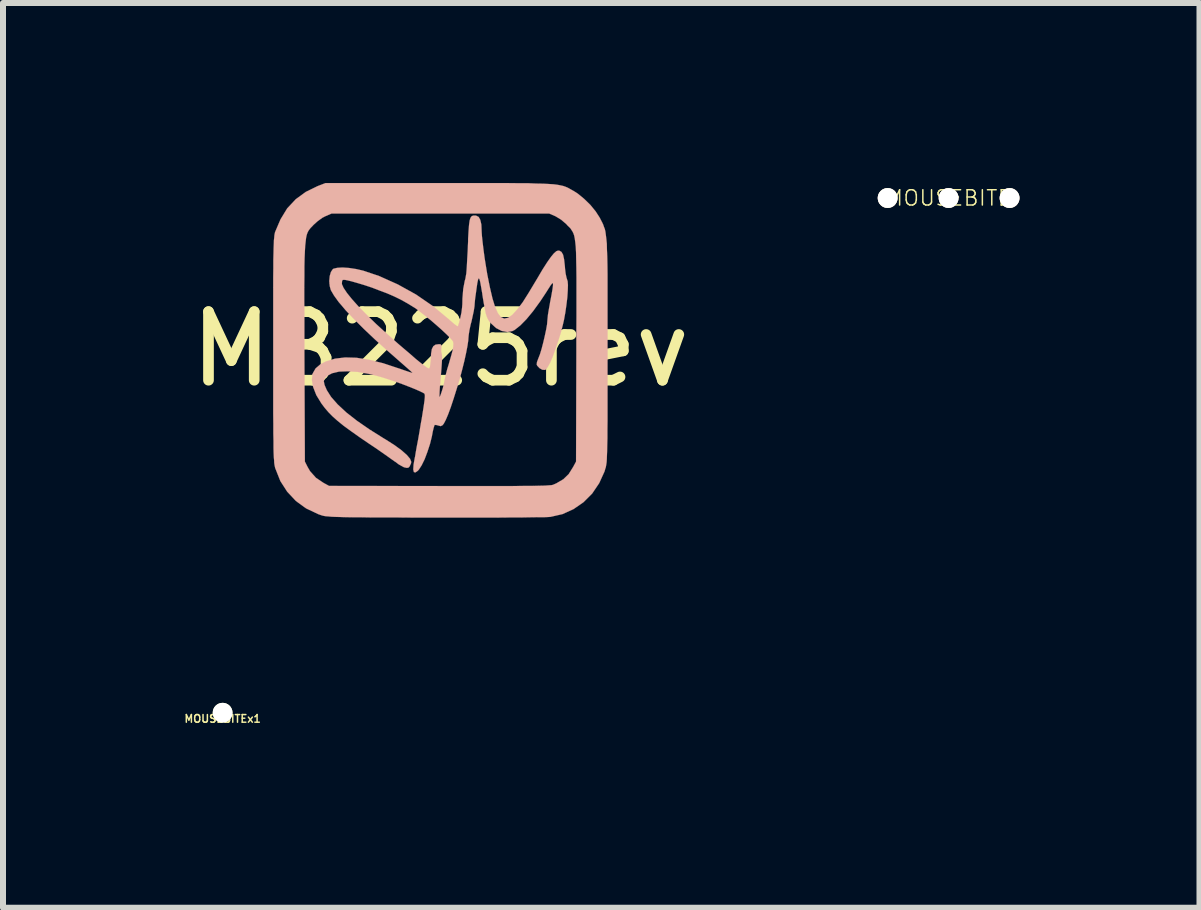
<source format=kicad_pcb>
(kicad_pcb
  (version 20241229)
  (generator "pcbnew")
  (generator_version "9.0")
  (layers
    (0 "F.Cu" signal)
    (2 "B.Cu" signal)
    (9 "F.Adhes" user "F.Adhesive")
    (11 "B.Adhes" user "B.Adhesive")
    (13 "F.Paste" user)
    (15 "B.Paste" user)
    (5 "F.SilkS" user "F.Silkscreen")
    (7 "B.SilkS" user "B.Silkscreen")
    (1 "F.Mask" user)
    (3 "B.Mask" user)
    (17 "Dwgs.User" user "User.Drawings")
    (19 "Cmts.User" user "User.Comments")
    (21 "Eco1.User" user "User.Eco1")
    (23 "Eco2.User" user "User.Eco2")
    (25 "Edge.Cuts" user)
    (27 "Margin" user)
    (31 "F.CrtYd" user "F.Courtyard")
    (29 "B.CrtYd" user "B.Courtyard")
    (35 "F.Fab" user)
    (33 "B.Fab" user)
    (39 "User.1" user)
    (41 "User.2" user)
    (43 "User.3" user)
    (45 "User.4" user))
  (footprint "MOUSEBITE"
    (layer "F.Cu")
    (at 12.759 0.25)
    (property "Reference" "MOUSEBITE" (at 0 0 0) (layer "F.SilkS") (effects (font (size 0.254 0.254) (thickness 0.025))))
    (attr through_hole)
    (pad "1" thru_hole circle (at -1.016 0) (size 0.33 0.33) (drill 0.33) (layers "*.Cu" "*.Mask" "F.SilkS"))
    (pad "1" thru_hole circle (at 0 0) (size 0.33 0.33) (drill 0.33) (layers "*.Cu" "*.Mask" "F.SilkS"))
    (pad "1" thru_hole circle (at 1.016 0) (size 0.33 0.33) (drill 0.33) (layers "*.Cu" "*.Mask" "F.SilkS")))
  (footprint "MB225rev"
    (layer "F.Cu")
    (at 4.289 2.767)
    (property "Reference" "MB225rev" (at 0 0 0) (layer "F.SilkS") (effects (font (size 1.143 1.143) (thickness 0.178))))
    (attr through_hole)
    (fp_poly (pts (xy -2.786 0.61) (xy -2.786 0.853) (xy -2.786 1.067) (xy -2.784 1.247) (xy -2.784 1.402) (xy -2.781 1.532) (xy -2.781 1.641) (xy -2.779 1.727) (xy -2.776 1.798) (xy -2.771 1.854) (xy -2.769 1.897) (xy -2.764 1.933) (xy -2.758 1.961) (xy -2.753 1.984) (xy -2.748 1.996) (xy -2.667 2.2) (xy -2.553 2.377) (xy -2.408 2.532) (xy -2.268 2.634) (xy -2.268 -0.81) (xy -2.268 -1.029) (xy -2.266 -1.217) (xy -2.266 -1.377) (xy -2.263 -1.511) (xy -2.258 -1.626) (xy -2.253 -1.717) (xy -2.245 -1.791) (xy -2.238 -1.852) (xy -2.228 -1.9) (xy -2.215 -1.938) (xy -2.2 -1.968) (xy -2.182 -1.994) (xy -2.162 -2.019) (xy -2.139 -2.042) (xy -2.113 -2.07) (xy -2.045 -2.131) (xy -1.968 -2.187) (xy -1.92 -2.212) (xy -1.814 -2.258) (xy 0 -2.258) (xy 1.814 -2.258) (xy 1.92 -2.212) (xy 2.012 -2.156) (xy 2.098 -2.083) (xy 2.116 -2.062) (xy 2.144 -2.035) (xy 2.167 -2.012) (xy 2.184 -1.986) (xy 2.202 -1.958) (xy 2.217 -1.928) (xy 2.23 -1.89) (xy 2.24 -1.841) (xy 2.248 -1.781) (xy 2.256 -1.704) (xy 2.261 -1.61) (xy 2.263 -1.496) (xy 2.266 -1.359) (xy 2.268 -1.199) (xy 2.268 -1.008) (xy 2.268 -0.787) (xy 2.268 -0.536) (xy 2.266 -0.246) (xy 2.266 0.053) (xy 2.261 1.875) (xy 2.212 1.966) (xy 2.139 2.083) (xy 2.05 2.169) (xy 1.933 2.238) (xy 1.875 2.263) (xy 1.854 2.268) (xy 1.811 2.271) (xy 1.742 2.276) (xy 1.651 2.278) (xy 1.534 2.281) (xy 1.387 2.281) (xy 1.209 2.283) (xy 1.001 2.283) (xy 0.757 2.283) (xy 0.478 2.283) (xy 0.16 2.283) (xy -0.02 2.283) (xy -1.854 2.281) (xy -1.948 2.23) (xy -2.073 2.146) (xy -2.172 2.035) (xy -2.212 1.966) (xy -2.258 1.875) (xy -2.266 0.051) (xy -2.266 -0.272) (xy -2.266 -0.559) (xy -2.268 -0.81) (xy -2.268 2.634) (xy -2.235 2.657) (xy -2.037 2.751) (xy -1.986 2.769) (xy -1.963 2.776) (xy -1.941 2.781) (xy -1.91 2.786) (xy -1.869 2.789) (xy -1.819 2.794) (xy -1.755 2.797) (xy -1.674 2.799) (xy -1.575 2.802) (xy -1.455 2.804) (xy -1.308 2.804) (xy -1.135 2.807) (xy -0.932 2.807) (xy -0.699 2.807) (xy -0.429 2.809) (xy -0.122 2.809) (xy -0.081 2.809) (xy 0.188 2.809) (xy 0.447 2.809) (xy 0.696 2.809) (xy 0.927 2.809) (xy 1.138 2.807) (xy 1.328 2.807) (xy 1.494 2.804) (xy 1.628 2.802) (xy 1.735 2.802) (xy 1.803 2.799) (xy 1.834 2.797) (xy 2.035 2.751) (xy 2.22 2.667) (xy 2.385 2.553) (xy 2.53 2.408) (xy 2.647 2.235) (xy 2.736 2.04) (xy 2.748 1.996) (xy 2.756 1.974) (xy 2.761 1.948) (xy 2.766 1.918) (xy 2.771 1.882) (xy 2.774 1.834) (xy 2.776 1.773) (xy 2.779 1.697) (xy 2.781 1.6) (xy 2.784 1.486) (xy 2.784 1.346) (xy 2.786 1.184) (xy 2.786 0.988) (xy 2.786 0.765) (xy 2.786 0.508) (xy 2.786 0.213) (xy 2.786 0.02) (xy 2.786 -0.302) (xy 2.786 -0.589) (xy 2.786 -0.841) (xy 2.786 -1.057) (xy 2.786 -1.245) (xy 2.784 -1.407) (xy 2.781 -1.544) (xy 2.776 -1.659) (xy 2.774 -1.755) (xy 2.766 -1.834) (xy 2.758 -1.9) (xy 2.751 -1.953) (xy 2.741 -1.999) (xy 2.725 -2.04) (xy 2.713 -2.075) (xy 2.695 -2.113) (xy 2.675 -2.151) (xy 2.654 -2.192) (xy 2.588 -2.294) (xy 2.499 -2.403) (xy 2.395 -2.504) (xy 2.289 -2.591) (xy 2.23 -2.629) (xy 2.189 -2.652) (xy 2.154 -2.672) (xy 2.121 -2.69) (xy 2.085 -2.705) (xy 2.047 -2.718) (xy 2.002 -2.728) (xy 1.948 -2.738) (xy 1.885 -2.746) (xy 1.803 -2.751) (xy 1.709 -2.756) (xy 1.593 -2.758) (xy 1.455 -2.764) (xy 1.293 -2.764) (xy 1.105 -2.766) (xy 0.886 -2.766) (xy 0.635 -2.766) (xy 0.348 -2.766) (xy 0.023 -2.766) (xy -0.02 -2.766) (xy -1.915 -2.766) (xy -2.047 -2.715) (xy -2.243 -2.619) (xy -2.41 -2.497) (xy -2.553 -2.344) (xy -2.664 -2.162) (xy -2.748 -1.966) (xy -2.756 -1.946) (xy -2.761 -1.923) (xy -2.766 -1.895) (xy -2.769 -1.859) (xy -2.774 -1.814) (xy -2.776 -1.758) (xy -2.779 -1.684) (xy -2.781 -1.593) (xy -2.784 -1.481) (xy -2.784 -1.346) (xy -2.786 -1.186) (xy -2.786 -0.998) (xy -2.786 -0.78) (xy -2.786 -0.528) (xy -2.786 -0.239) (xy -2.786 0.01) (xy -2.786 0.328) (xy -2.786 0.61)) (stroke (width 0.003) (type solid)) (fill yes) (layer "B.SilkS"))
    (fp_poly (pts (xy -2.141 0.516) (xy -2.121 0.632) (xy -2.068 0.767) (xy -1.981 0.909) (xy -1.925 0.983) (xy -1.864 1.054) (xy -1.796 1.123) (xy -1.714 1.196) (xy -1.613 1.278) (xy -1.491 1.367) (xy -1.344 1.471) (xy -1.196 1.572) (xy -1.085 1.646) (xy -0.978 1.72) (xy -0.884 1.786) (xy -0.81 1.839) (xy -0.759 1.875) (xy -0.754 1.877) (xy -0.693 1.923) (xy -0.63 1.958) (xy -0.605 1.971) (xy -0.556 1.981) (xy -0.528 1.974) (xy -0.513 1.956) (xy -0.49 1.908) (xy -0.485 1.88) (xy -0.505 1.829) (xy -0.559 1.765) (xy -0.645 1.689) (xy -0.762 1.603) (xy -0.909 1.509) (xy -0.94 1.491) (xy -1.179 1.341) (xy -1.389 1.196) (xy -1.567 1.057) (xy -1.712 0.922) (xy -1.821 0.798) (xy -1.892 0.686) (xy -1.93 0.599) (xy -1.943 0.536) (xy -1.928 0.488) (xy -1.892 0.45) (xy -1.806 0.404) (xy -1.689 0.376) (xy -1.544 0.371) (xy -1.377 0.381) (xy -1.191 0.414) (xy -1.062 0.445) (xy -0.973 0.47) (xy -0.864 0.505) (xy -0.747 0.544) (xy -0.627 0.587) (xy -0.516 0.63) (xy -0.414 0.671) (xy -0.335 0.706) (xy -0.284 0.732) (xy -0.274 0.737) (xy -0.264 0.747) (xy -0.259 0.767) (xy -0.259 0.8) (xy -0.264 0.853) (xy -0.274 0.927) (xy -0.29 1.031) (xy -0.312 1.168) (xy -0.325 1.237) (xy -0.348 1.377) (xy -0.371 1.509) (xy -0.394 1.628) (xy -0.411 1.725) (xy -0.422 1.793) (xy -0.427 1.814) (xy -0.447 1.928) (xy -0.452 2.007) (xy -0.442 2.05) (xy -0.417 2.057) (xy -0.376 2.029) (xy -0.358 2.009) (xy -0.312 1.938) (xy -0.262 1.836) (xy -0.216 1.714) (xy -0.173 1.582) (xy -0.142 1.458) (xy -0.127 1.377) (xy -0.112 1.313) (xy -0.099 1.273) (xy -0.097 1.265) (xy -0.071 1.265) (xy -0.033 1.275) (xy 0.005 1.285) (xy 0.036 1.27) (xy 0.058 1.242) (xy 0.091 1.179) (xy 0.13 1.087) (xy 0.175 0.965) (xy 0.221 0.826) (xy 0.269 0.673) (xy 0.318 0.513) (xy 0.361 0.353) (xy 0.399 0.201) (xy 0.429 0.064) (xy 0.452 -0.056) (xy 0.465 -0.145) (xy 0.467 -0.178) (xy 0.472 -0.234) (xy 0.485 -0.318) (xy 0.505 -0.411) (xy 0.518 -0.457) (xy 0.538 -0.549) (xy 0.556 -0.632) (xy 0.566 -0.696) (xy 0.569 -0.716) (xy 0.572 -0.762) (xy 0.579 -0.838) (xy 0.592 -0.93) (xy 0.602 -1.003) (xy 0.615 -1.095) (xy 0.627 -1.153) (xy 0.638 -1.179) (xy 0.65 -1.168) (xy 0.663 -1.123) (xy 0.678 -1.041) (xy 0.699 -0.919) (xy 0.699 -0.912) (xy 0.721 -0.775) (xy 0.742 -0.671) (xy 0.757 -0.594) (xy 0.775 -0.538) (xy 0.795 -0.495) (xy 0.818 -0.457) (xy 0.843 -0.429) (xy 0.927 -0.351) (xy 1.021 -0.302) (xy 1.115 -0.284) (xy 1.201 -0.3) (xy 1.237 -0.318) (xy 1.333 -0.394) (xy 1.435 -0.498) (xy 1.544 -0.63) (xy 1.666 -0.798) (xy 1.758 -0.937) (xy 1.806 -1.013) (xy 1.841 -1.067) (xy 1.864 -1.095) (xy 1.877 -1.095) (xy 1.877 -1.064) (xy 1.869 -1.001) (xy 1.852 -0.902) (xy 1.826 -0.767) (xy 1.826 -0.762) (xy 1.808 -0.663) (xy 1.793 -0.574) (xy 1.786 -0.505) (xy 1.783 -0.472) (xy 1.778 -0.411) (xy 1.763 -0.325) (xy 1.74 -0.218) (xy 1.714 -0.107) (xy 1.687 -0.003) (xy 1.659 0.089) (xy 1.636 0.147) (xy 1.61 0.216) (xy 1.605 0.259) (xy 1.615 0.279) (xy 1.654 0.32) (xy 1.699 0.345) (xy 1.742 0.348) (xy 1.755 0.343) (xy 1.788 0.3) (xy 1.829 0.226) (xy 1.872 0.127) (xy 1.915 0.005) (xy 1.961 -0.127) (xy 2.004 -0.262) (xy 2.04 -0.399) (xy 2.06 -0.485) (xy 2.083 -0.612) (xy 2.101 -0.739) (xy 2.116 -0.864) (xy 2.123 -0.973) (xy 2.126 -1.067) (xy 2.121 -1.13) (xy 2.111 -1.161) (xy 2.101 -1.194) (xy 2.088 -1.255) (xy 2.078 -1.336) (xy 2.075 -1.379) (xy 2.062 -1.494) (xy 2.045 -1.572) (xy 2.019 -1.618) (xy 1.986 -1.638) (xy 1.963 -1.641) (xy 1.933 -1.631) (xy 1.892 -1.595) (xy 1.844 -1.537) (xy 1.781 -1.448) (xy 1.704 -1.328) (xy 1.613 -1.173) (xy 1.59 -1.135) (xy 1.473 -0.94) (xy 1.372 -0.78) (xy 1.28 -0.658) (xy 1.199 -0.569) (xy 1.128 -0.521) (xy 1.064 -0.508) (xy 1.008 -0.533) (xy 0.958 -0.597) (xy 0.912 -0.701) (xy 0.869 -0.841) (xy 0.826 -1.024) (xy 0.782 -1.242) (xy 0.759 -1.382) (xy 0.737 -1.519) (xy 0.719 -1.654) (xy 0.704 -1.778) (xy 0.693 -1.88) (xy 0.688 -1.953) (xy 0.688 -1.958) (xy 0.683 -2.075) (xy 0.665 -2.154) (xy 0.638 -2.202) (xy 0.592 -2.225) (xy 0.587 -2.225) (xy 0.551 -2.225) (xy 0.523 -2.215) (xy 0.503 -2.189) (xy 0.488 -2.144) (xy 0.478 -2.073) (xy 0.47 -1.971) (xy 0.462 -1.834) (xy 0.462 -1.796) (xy 0.455 -1.631) (xy 0.447 -1.499) (xy 0.442 -1.397) (xy 0.437 -1.321) (xy 0.432 -1.26) (xy 0.424 -1.214) (xy 0.417 -1.173) (xy 0.406 -1.135) (xy 0.381 -1.003) (xy 0.368 -0.843) (xy 0.366 -0.747) (xy 0.361 -0.686) (xy 0.351 -0.607) (xy 0.333 -0.523) (xy 0.315 -0.447) (xy 0.297 -0.391) (xy 0.29 -0.378) (xy 0.272 -0.386) (xy 0.234 -0.414) (xy 0.178 -0.462) (xy 0.135 -0.5) (xy -0.122 -0.714) (xy -0.406 -0.909) (xy -0.709 -1.077) (xy -1.021 -1.217) (xy -1.285 -1.306) (xy -1.402 -1.333) (xy -1.519 -1.351) (xy -1.628 -1.359) (xy -1.717 -1.354) (xy -1.781 -1.339) (xy -1.793 -1.331) (xy -1.824 -1.285) (xy -1.844 -1.217) (xy -1.852 -1.133) (xy -1.844 -1.049) (xy -1.826 -0.983) (xy -1.773 -0.892) (xy -1.692 -0.78) (xy -1.641 -0.721) (xy -1.641 -1.097) (xy -1.638 -1.135) (xy -1.626 -1.153) (xy -1.59 -1.153) (xy -1.554 -1.146) (xy -1.486 -1.13) (xy -1.387 -1.102) (xy -1.27 -1.067) (xy -1.14 -1.024) (xy -1.013 -0.975) (xy -0.892 -0.93) (xy -0.79 -0.886) (xy -0.757 -0.871) (xy -0.653 -0.82) (xy -0.541 -0.757) (xy -0.437 -0.693) (xy -0.417 -0.681) (xy -0.343 -0.625) (xy -0.254 -0.556) (xy -0.16 -0.48) (xy -0.066 -0.399) (xy 0.023 -0.32) (xy 0.102 -0.246) (xy 0.163 -0.185) (xy 0.203 -0.14) (xy 0.213 -0.122) (xy 0.218 -0.089) (xy 0.216 -0.046) (xy 0.206 0.013) (xy 0.185 0.094) (xy 0.152 0.208) (xy 0.142 0.244) (xy 0.114 0.335) (xy 0.091 0.424) (xy 0.076 0.493) (xy 0.071 0.516) (xy 0.058 0.582) (xy 0.041 0.65) (xy 0.02 0.716) (xy 0.003 0.767) (xy -0.01 0.795) (xy -0.015 0.795) (xy -0.015 0.767) (xy -0.013 0.709) (xy -0.008 0.622) (xy 0.003 0.518) (xy 0.008 0.445) (xy 0.018 0.323) (xy 0.025 0.221) (xy 0.028 0.142) (xy 0.025 0.094) (xy 0.023 0.084) (xy 0.013 0.041) (xy 0.015 -0.015) (xy 0.018 -0.061) (xy 0.005 -0.079) (xy -0.023 -0.081) (xy -0.079 -0.074) (xy -0.117 -0.048) (xy -0.142 0) (xy -0.155 0.079) (xy -0.157 0.15) (xy -0.165 0.236) (xy -0.173 0.297) (xy -0.185 0.323) (xy -0.188 0.325) (xy -0.203 0.32) (xy -0.231 0.305) (xy -0.272 0.274) (xy -0.33 0.229) (xy -0.406 0.168) (xy -0.505 0.081) (xy -0.63 -0.025) (xy -0.699 -0.084) (xy -0.894 -0.257) (xy -1.072 -0.419) (xy -1.229 -0.572) (xy -1.364 -0.709) (xy -1.473 -0.831) (xy -1.557 -0.935) (xy -1.613 -1.019) (xy -1.641 -1.082) (xy -1.641 -1.097) (xy -1.641 -0.721) (xy -1.58 -0.648) (xy -1.44 -0.5) (xy -1.275 -0.335) (xy -1.087 -0.157) (xy -0.879 0.03) (xy -0.815 0.086) (xy -0.716 0.173) (xy -0.627 0.251) (xy -0.554 0.315) (xy -0.5 0.363) (xy -0.47 0.391) (xy -0.465 0.396) (xy -0.483 0.394) (xy -0.531 0.378) (xy -0.605 0.353) (xy -0.691 0.323) (xy -0.693 0.323) (xy -0.955 0.236) (xy -1.191 0.178) (xy -1.4 0.145) (xy -1.587 0.14) (xy -1.755 0.16) (xy -1.905 0.206) (xy -1.999 0.254) (xy -2.08 0.323) (xy -2.129 0.409) (xy -2.141 0.516)) (stroke (width 0.003) (type solid)) (fill yes) (layer "B.SilkS")))
  (footprint "MOUSEBITEx1"
    (layer "F.Cu")
    (at 0.66 8.828)
    (property "Reference" "MOUSEBITEx1" (at 0 0.1 0) (layer "F.SilkS") (effects (font (size 0.127 0.127) (thickness 0.025))))
    (attr through_hole)
    (pad "" np_thru_hole circle (at 0 0) (size 0.33 0.33) (drill 0.33) (layers "*.Cu" "*.Mask" "F.SilkS")))
  (gr_rect
    (start -3 -3)
    (end 16.94 12.078)
    (stroke (width 0.1) (type default))
    (fill no)
    (layer "Edge.Cuts")))
</source>
